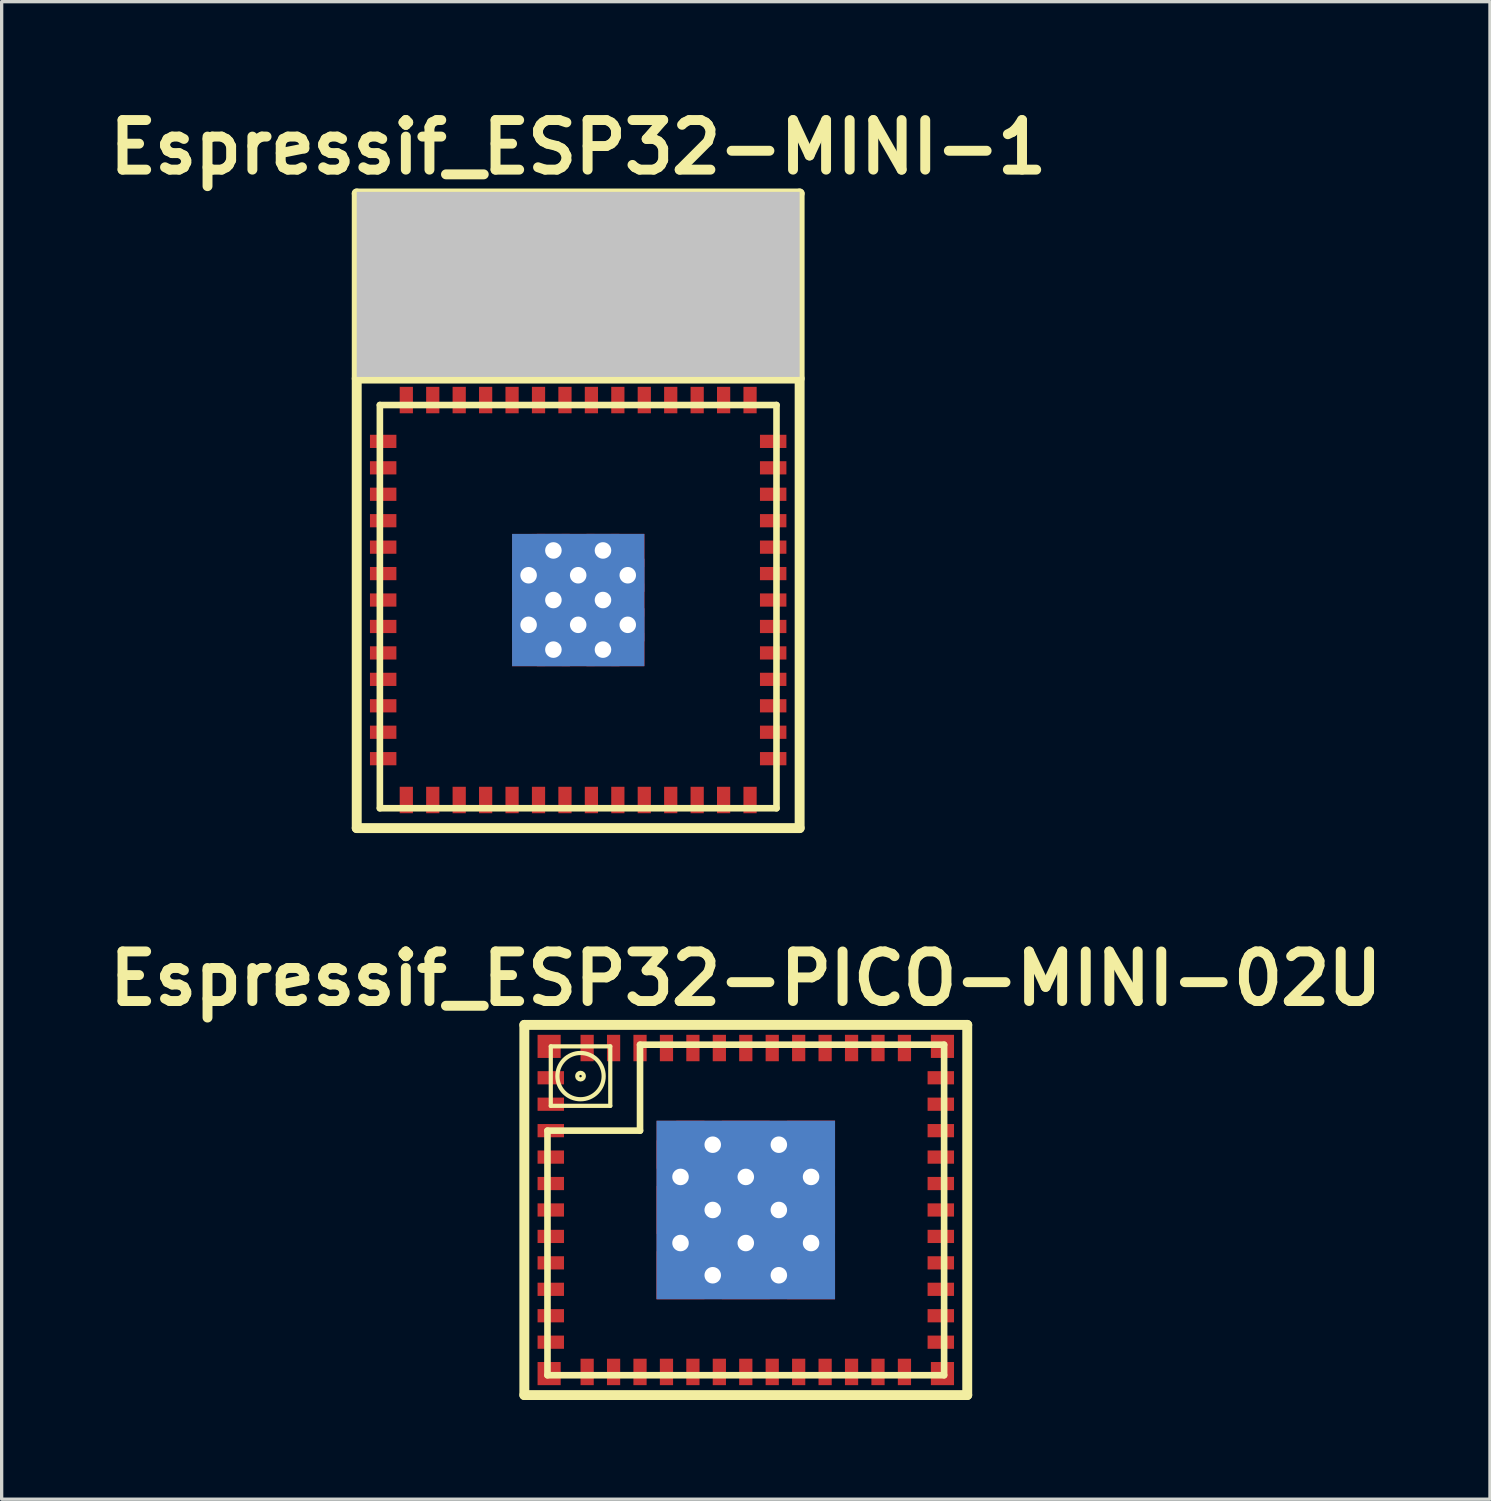
<source format=kicad_pcb>
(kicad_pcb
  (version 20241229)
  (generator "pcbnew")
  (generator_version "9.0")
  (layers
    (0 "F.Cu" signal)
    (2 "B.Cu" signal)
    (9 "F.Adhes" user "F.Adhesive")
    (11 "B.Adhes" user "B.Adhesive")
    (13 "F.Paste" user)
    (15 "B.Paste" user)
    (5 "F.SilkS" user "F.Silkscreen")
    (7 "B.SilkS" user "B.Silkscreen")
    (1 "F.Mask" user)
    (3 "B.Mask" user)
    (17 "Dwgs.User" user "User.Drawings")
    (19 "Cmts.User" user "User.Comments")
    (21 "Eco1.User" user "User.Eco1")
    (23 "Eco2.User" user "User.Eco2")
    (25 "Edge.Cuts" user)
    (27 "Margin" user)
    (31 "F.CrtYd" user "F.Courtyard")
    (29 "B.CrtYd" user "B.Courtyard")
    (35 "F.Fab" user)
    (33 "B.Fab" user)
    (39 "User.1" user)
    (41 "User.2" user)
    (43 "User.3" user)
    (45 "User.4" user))
  (footprint "Espressif_ESP32-MINI-1"
    (layer "F.Cu")
    (at 14.443 12.404)
    (property "Reference" "Espressif_ESP32-MINI-1" (at 0 -11 0) (layer "F.SilkS") (effects (font (size 1.5 1.5) (thickness 0.3))))
    (attr smd)
    (fp_line (start -6.7 -9.6) (end 6.7 -9.6) (stroke (width 0.3) (type solid)) (layer "F.SilkS"))
    (fp_line (start -6.7 -4) (end 6.7 -4) (stroke (width 0.3) (type solid)) (layer "F.SilkS"))
    (fp_line (start -6.7 9.6) (end -6.7 -9.6) (stroke (width 0.3) (type solid)) (layer "F.SilkS"))
    (fp_line (start -6 -8.8) (end -6 -4.1) (stroke (width 0.381) (type solid)) (layer "F.SilkS"))
    (fp_line (start -6 -8.8) (end -2.8 -8.8) (stroke (width 0.381) (type solid)) (layer "F.SilkS"))
    (fp_line (start -6 -3.2) (end -6 9) (stroke (width 0.2) (type solid)) (layer "F.SilkS"))
    (fp_line (start -4.4 -8.8) (end -4.4 -4.1) (stroke (width 0.381) (type solid)) (layer "F.SilkS"))
    (fp_line (start -2.8 -8.8) (end -2.8 -5.8) (stroke (width 0.381) (type solid)) (layer "F.SilkS"))
    (fp_line (start -2.8 -5.8) (end -0.6 -5.8) (stroke (width 0.381) (type solid)) (layer "F.SilkS"))
    (fp_line (start -0.6 -8.8) (end -0.6 -5.8) (stroke (width 0.381) (type solid)) (layer "F.SilkS"))
    (fp_line (start 1.6 -8.8) (end -0.6 -8.8) (stroke (width 0.381) (type solid)) (layer "F.SilkS"))
    (fp_line (start 1.6 -8.8) (end 1.6 -5.8) (stroke (width 0.381) (type solid)) (layer "F.SilkS"))
    (fp_line (start 1.6 -5.8) (end 3.8 -5.8) (stroke (width 0.381) (type solid)) (layer "F.SilkS"))
    (fp_line (start 3.8 -8.8) (end 3.8 -5.8) (stroke (width 0.381) (type solid)) (layer "F.SilkS"))
    (fp_line (start 6 -8.8) (end 3.8 -8.8) (stroke (width 0.381) (type solid)) (layer "F.SilkS"))
    (fp_line (start 6 -8.8) (end 6 -5.1) (stroke (width 0.381) (type solid)) (layer "F.SilkS"))
    (fp_line (start 6 -3.2) (end -6 -3.2) (stroke (width 0.2) (type solid)) (layer "F.SilkS"))
    (fp_line (start 6 -3.2) (end 6 9) (stroke (width 0.2) (type solid)) (layer "F.SilkS"))
    (fp_line (start 6 9) (end -6 9) (stroke (width 0.2) (type solid)) (layer "F.SilkS"))
    (fp_line (start 6.7 9.6) (end -6.7 9.6) (stroke (width 0.3) (type solid)) (layer "F.SilkS"))
    (fp_line (start 6.7 9.6) (end 6.7 -9.6) (stroke (width 0.3) (type solid)) (layer "F.SilkS"))
    (pad "" smd rect (at 0 -6.85) (size 13.4 5.6) (layers "Dwgs.User"))
    (pad "1" smd rect (at -5.9 -2.1) (size 0.8 0.4) (layers "F.Cu" "F.Mask" "F.Paste"))
    (pad "2" smd rect (at -5.9 -1.3) (size 0.8 0.4) (layers "F.Cu" "F.Mask" "F.Paste"))
    (pad "3" smd rect (at -5.9 -0.5) (size 0.8 0.4) (layers "F.Cu" "F.Mask" "F.Paste"))
    (pad "4" smd rect (at -5.9 0.3) (size 0.8 0.4) (layers "F.Cu" "F.Mask" "F.Paste"))
    (pad "5" smd rect (at -5.9 1.1) (size 0.8 0.4) (layers "F.Cu" "F.Mask" "F.Paste"))
    (pad "6" smd rect (at -5.9 1.9) (size 0.8 0.4) (layers "F.Cu" "F.Mask" "F.Paste"))
    (pad "7" smd rect (at -5.9 2.7) (size 0.8 0.4) (layers "F.Cu" "F.Mask" "F.Paste"))
    (pad "8" smd rect (at -5.9 3.5) (size 0.8 0.4) (layers "F.Cu" "F.Mask" "F.Paste"))
    (pad "9" smd rect (at -5.9 4.3) (size 0.8 0.4) (layers "F.Cu" "F.Mask" "F.Paste"))
    (pad "10" smd rect (at -5.9 5.1) (size 0.8 0.4) (layers "F.Cu" "F.Mask" "F.Paste"))
    (pad "11" smd rect (at -5.9 5.9) (size 0.8 0.4) (layers "F.Cu" "F.Mask" "F.Paste"))
    (pad "12" smd rect (at -5.9 6.7) (size 0.8 0.4) (layers "F.Cu" "F.Mask" "F.Paste"))
    (pad "13" smd rect (at -5.9 7.5) (size 0.8 0.4) (layers "F.Cu" "F.Mask" "F.Paste"))
    (pad "14" smd rect (at -5.2 8.75 90) (size 0.8 0.4) (layers "F.Cu" "F.Mask" "F.Paste"))
    (pad "15" smd rect (at -4.4 8.75 90) (size 0.8 0.4) (layers "F.Cu" "F.Mask" "F.Paste"))
    (pad "16" smd rect (at -3.6 8.75 90) (size 0.8 0.4) (layers "F.Cu" "F.Mask" "F.Paste"))
    (pad "17" smd rect (at -2.8 8.75 90) (size 0.8 0.4) (layers "F.Cu" "F.Mask" "F.Paste"))
    (pad "18" smd rect (at -2 8.75 90) (size 0.8 0.4) (layers "F.Cu" "F.Mask" "F.Paste"))
    (pad "19" smd rect (at -1.2 8.75 90) (size 0.8 0.4) (layers "F.Cu" "F.Mask" "F.Paste"))
    (pad "20" smd rect (at -0.4 8.75 90) (size 0.8 0.4) (layers "F.Cu" "F.Mask" "F.Paste"))
    (pad "21" smd rect (at 0.4 8.75 90) (size 0.8 0.4) (layers "F.Cu" "F.Mask" "F.Paste"))
    (pad "22" smd rect (at 1.2 8.75 90) (size 0.8 0.4) (layers "F.Cu" "F.Mask" "F.Paste"))
    (pad "23" smd rect (at 2 8.75 90) (size 0.8 0.4) (layers "F.Cu" "F.Mask" "F.Paste"))
    (pad "24" smd rect (at 2.8 8.75 90) (size 0.8 0.4) (layers "F.Cu" "F.Mask" "F.Paste"))
    (pad "25" smd rect (at 3.6 8.75 90) (size 0.8 0.4) (layers "F.Cu" "F.Mask" "F.Paste"))
    (pad "26" smd rect (at 4.4 8.75 90) (size 0.8 0.4) (layers "F.Cu" "F.Mask" "F.Paste"))
    (pad "27" smd rect (at 5.2 8.75 90) (size 0.8 0.4) (layers "F.Cu" "F.Mask" "F.Paste"))
    (pad "28" smd rect (at 5.9 7.5) (size 0.8 0.4) (layers "F.Cu" "F.Mask" "F.Paste"))
    (pad "29" smd rect (at 5.9 6.7) (size 0.8 0.4) (layers "F.Cu" "F.Mask" "F.Paste"))
    (pad "30" smd rect (at 5.9 5.9) (size 0.8 0.4) (layers "F.Cu" "F.Mask" "F.Paste"))
    (pad "31" smd rect (at 5.9 5.1) (size 0.8 0.4) (layers "F.Cu" "F.Mask" "F.Paste"))
    (pad "32" smd rect (at 5.9 4.3) (size 0.8 0.4) (layers "F.Cu" "F.Mask" "F.Paste"))
    (pad "33" smd rect (at 5.9 3.5) (size 0.8 0.4) (layers "F.Cu" "F.Mask" "F.Paste"))
    (pad "34" smd rect (at 5.9 2.7) (size 0.8 0.4) (layers "F.Cu" "F.Mask" "F.Paste"))
    (pad "35" smd rect (at 5.9 1.9) (size 0.8 0.4) (layers "F.Cu" "F.Mask" "F.Paste"))
    (pad "36" smd rect (at 5.9 1.1) (size 0.8 0.4) (layers "F.Cu" "F.Mask" "F.Paste"))
    (pad "37" smd rect (at 5.9 0.3) (size 0.8 0.4) (layers "F.Cu" "F.Mask" "F.Paste"))
    (pad "38" smd rect (at 5.9 -0.5) (size 0.8 0.4) (layers "F.Cu" "F.Mask" "F.Paste"))
    (pad "39" smd rect (at 5.9 -1.3) (size 0.8 0.4) (layers "F.Cu" "F.Mask" "F.Paste"))
    (pad "40" smd rect (at 5.9 -2.1) (size 0.8 0.4) (layers "F.Cu" "F.Mask" "F.Paste"))
    (pad "41" smd rect (at 5.2 -3.35 90) (size 0.8 0.4) (layers "F.Cu" "F.Mask" "F.Paste"))
    (pad "42" smd rect (at 4.4 -3.35 90) (size 0.8 0.4) (layers "F.Cu" "F.Mask" "F.Paste"))
    (pad "43" smd rect (at 3.6 -3.35 90) (size 0.8 0.4) (layers "F.Cu" "F.Mask" "F.Paste"))
    (pad "44" smd rect (at 2.8 -3.35 90) (size 0.8 0.4) (layers "F.Cu" "F.Mask" "F.Paste"))
    (pad "45" smd rect (at 2 -3.35 90) (size 0.8 0.4) (layers "F.Cu" "F.Mask" "F.Paste"))
    (pad "46" smd rect (at 1.2 -3.35 90) (size 0.8 0.4) (layers "F.Cu" "F.Mask" "F.Paste"))
    (pad "47" smd rect (at 0.4 -3.35 90) (size 0.8 0.4) (layers "F.Cu" "F.Mask" "F.Paste"))
    (pad "48" smd rect (at -0.4 -3.35 90) (size 0.8 0.4) (layers "F.Cu" "F.Mask" "F.Paste"))
    (pad "49" smd rect (at -1.2 -3.35 90) (size 0.8 0.4) (layers "F.Cu" "F.Mask" "F.Paste"))
    (pad "50" smd rect (at -2 -3.35 90) (size 0.8 0.4) (layers "F.Cu" "F.Mask" "F.Paste"))
    (pad "51" smd rect (at -2.8 -3.35 90) (size 0.8 0.4) (layers "F.Cu" "F.Mask" "F.Paste"))
    (pad "52" smd rect (at -3.6 -3.35 90) (size 0.8 0.4) (layers "F.Cu" "F.Mask" "F.Paste"))
    (pad "53" smd rect (at -4.4 -3.35 90) (size 0.8 0.4) (layers "F.Cu" "F.Mask" "F.Paste"))
    (pad "54" smd rect (at -5.2 -3.35 90) (size 0.8 0.4) (layers "F.Cu" "F.Mask" "F.Paste"))
    (pad "55" thru_hole rect (at -1.5 1.95) (size 1 1) (drill 0.5) (layers "*.Cu"))
    (pad "55" smd rect (at -1.5 2.7) (size 1 1) (layers "F.Cu" "F.Mask" "F.Paste"))
    (pad "55" thru_hole rect (at -1.5 3.45) (size 1 1) (drill 0.5) (layers "*.Cu"))
    (pad "55" smd rect (at -1.5 4.2) (size 1 1) (layers "F.Cu" "F.Mask" "F.Paste"))
    (pad "55" smd custom (at -1.4 1.3 90) (size 0.7 0.7) (layers "F.Cu" "F.Mask" "F.Paste") (options (anchor circle)) (primitives (gr_poly (pts (xy 0.6 0) (xy 0.6 0.4) (xy -0.4 0.4) (xy -0.4 -0.6) (xy 0 -0.6)) (width 0) (fill yes))))
    (pad "55" thru_hole rect (at -0.75 1.2) (size 1 1) (drill 0.5) (layers "*.Cu"))
    (pad "55" thru_hole rect (at -0.75 2.7) (size 1 1) (drill 0.5) (layers "*.Cu"))
    (pad "55" thru_hole rect (at -0.75 4.2) (size 1 1) (drill 0.5) (layers "*.Cu"))
    (pad "55" smd rect (at 0 1.2) (size 1 1) (layers "F.Cu" "F.Mask" "F.Paste"))
    (pad "55" thru_hole rect (at 0 1.95) (size 1 1) (drill 0.5) (layers "*.Cu"))
    (pad "55" smd rect (at 0 2.7) (size 1 1) (layers "F.Cu" "F.Mask" "F.Paste"))
    (pad "55" smd rect (at 0 2.7) (size 4 4) (layers "F.Cu"))
    (pad "55" smd rect (at 0 2.7) (size 4 4) (layers "B.Cu"))
    (pad "55" thru_hole rect (at 0 3.45) (size 1 1) (drill 0.5) (layers "*.Cu"))
    (pad "55" smd rect (at 0 4.2) (size 1 1) (layers "F.Cu" "F.Mask" "F.Paste"))
    (pad "55" thru_hole rect (at 0.75 1.2) (size 1 1) (drill 0.5) (layers "*.Cu"))
    (pad "55" thru_hole rect (at 0.75 2.7) (size 1 1) (drill 0.5) (layers "*.Cu"))
    (pad "55" thru_hole rect (at 0.75 4.2) (size 1 1) (drill 0.5) (layers "*.Cu"))
    (pad "55" smd rect (at 1.5 1.2) (size 1 1) (layers "F.Cu" "F.Mask" "F.Paste"))
    (pad "55" thru_hole rect (at 1.5 1.95) (size 1 1) (drill 0.5) (layers "*.Cu"))
    (pad "55" smd rect (at 1.5 2.7) (size 1 1) (layers "F.Cu" "F.Mask" "F.Paste"))
    (pad "55" thru_hole rect (at 1.5 3.45) (size 1 1) (drill 0.5) (layers "*.Cu"))
    (pad "55" smd rect (at 1.5 4.2) (size 1 1) (layers "F.Cu" "F.Mask" "F.Paste")))
  (footprint "Espressif_ESP32-PICO-MINI-02U"
    (layer "F.Cu")
    (at 19.514 33.558)
    (property "Reference" "Espressif_ESP32-PICO-MINI-02U" (at 0 -7 0) (layer "F.SilkS") (effects (font (size 1.5 1.5) (thickness 0.3))))
    (attr smd)
    (fp_line (start -6.7 -5.6) (end 6.7 -5.6) (stroke (width 0.3) (type solid)) (layer "F.SilkS"))
    (fp_line (start -6.7 5.6) (end -6.7 -5.6) (stroke (width 0.3) (type solid)) (layer "F.SilkS"))
    (fp_line (start -6 -2.4) (end -6 5) (stroke (width 0.2) (type solid)) (layer "F.SilkS"))
    (fp_line (start -5.9 -4.95) (end -4.1 -4.95) (stroke (width 0.127) (type solid)) (layer "F.SilkS"))
    (fp_line (start -5.9 -3.15) (end -5.9 -4.95) (stroke (width 0.127) (type solid)) (layer "F.SilkS"))
    (fp_line (start -4.1 -4.95) (end -4.1 -3.15) (stroke (width 0.127) (type solid)) (layer "F.SilkS"))
    (fp_line (start -4.1 -3.15) (end -5.9 -3.15) (stroke (width 0.127) (type solid)) (layer "F.SilkS"))
    (fp_line (start -3.2 -5) (end -3.2 -2.4) (stroke (width 0.2) (type solid)) (layer "F.SilkS"))
    (fp_line (start -3.2 -2.4) (end -6 -2.4) (stroke (width 0.2) (type solid)) (layer "F.SilkS"))
    (fp_line (start 6 -5) (end -3.2 -5) (stroke (width 0.2) (type solid)) (layer "F.SilkS"))
    (fp_line (start 6 -5) (end 6 5) (stroke (width 0.2) (type solid)) (layer "F.SilkS"))
    (fp_line (start 6 5) (end -6 5) (stroke (width 0.2) (type solid)) (layer "F.SilkS"))
    (fp_line (start 6.7 5.6) (end -6.7 5.6) (stroke (width 0.3) (type solid)) (layer "F.SilkS"))
    (fp_line (start 6.7 5.6) (end 6.7 -5.6) (stroke (width 0.3) (type solid)) (layer "F.SilkS"))
    (fp_circle (center -5 -4.05) (end -5.1 -4.05) (stroke (width 0.127) (type solid)) (fill no) (layer "F.SilkS"))
    (fp_circle (center -5 -4.05) (end -4.3 -4.05) (stroke (width 0.127) (type solid)) (fill no) (layer "F.SilkS"))
    (pad "1" smd rect (at -5.9 -4) (size 0.8 0.4) (layers "F.Cu" "F.Mask" "F.Paste"))
    (pad "2" smd rect (at -5.9 -3.2) (size 0.8 0.4) (layers "F.Cu" "F.Mask" "F.Paste"))
    (pad "3" smd rect (at -5.9 -2.4) (size 0.8 0.4) (layers "F.Cu" "F.Mask" "F.Paste"))
    (pad "4" smd rect (at -5.9 -1.6) (size 0.8 0.4) (layers "F.Cu" "F.Mask" "F.Paste"))
    (pad "5" smd rect (at -5.9 -0.8) (size 0.8 0.4) (layers "F.Cu" "F.Mask" "F.Paste"))
    (pad "6" smd rect (at -5.9 0) (size 0.8 0.4) (layers "F.Cu" "F.Mask" "F.Paste"))
    (pad "7" smd rect (at -5.9 0.8) (size 0.8 0.4) (layers "F.Cu" "F.Mask" "F.Paste"))
    (pad "8" smd rect (at -5.9 1.6) (size 0.8 0.4) (layers "F.Cu" "F.Mask" "F.Paste"))
    (pad "9" smd rect (at -5.9 2.4) (size 0.8 0.4) (layers "F.Cu" "F.Mask" "F.Paste"))
    (pad "10" smd rect (at -5.9 3.2) (size 0.8 0.4) (layers "F.Cu" "F.Mask" "F.Paste"))
    (pad "11" smd rect (at -5.9 4) (size 0.8 0.4) (layers "F.Cu" "F.Mask" "F.Paste"))
    (pad "12" smd rect (at -4.8 4.9 90) (size 0.8 0.4) (layers "F.Cu" "F.Mask" "F.Paste"))
    (pad "13" smd rect (at -4 4.9 90) (size 0.8 0.4) (layers "F.Cu" "F.Mask" "F.Paste"))
    (pad "14" smd rect (at -3.2 4.9 90) (size 0.8 0.4) (layers "F.Cu" "F.Mask" "F.Paste"))
    (pad "15" smd rect (at -2.4 4.9 90) (size 0.8 0.4) (layers "F.Cu" "F.Mask" "F.Paste"))
    (pad "16" smd rect (at -1.6 4.9 90) (size 0.8 0.4) (layers "F.Cu" "F.Mask" "F.Paste"))
    (pad "17" smd rect (at -0.8 4.9 90) (size 0.8 0.4) (layers "F.Cu" "F.Mask" "F.Paste"))
    (pad "18" smd rect (at 0 4.9 90) (size 0.8 0.4) (layers "F.Cu" "F.Mask" "F.Paste"))
    (pad "19" smd rect (at 0.8 4.9 90) (size 0.8 0.4) (layers "F.Cu" "F.Mask" "F.Paste"))
    (pad "20" smd rect (at 1.6 4.9 90) (size 0.8 0.4) (layers "F.Cu" "F.Mask" "F.Paste"))
    (pad "21" smd rect (at 2.4 4.9 90) (size 0.8 0.4) (layers "F.Cu" "F.Mask" "F.Paste"))
    (pad "22" smd rect (at 3.2 4.9 90) (size 0.8 0.4) (layers "F.Cu" "F.Mask" "F.Paste"))
    (pad "23" smd rect (at 4 4.9 90) (size 0.8 0.4) (layers "F.Cu" "F.Mask" "F.Paste"))
    (pad "24" smd rect (at 4.8 4.9 90) (size 0.8 0.4) (layers "F.Cu" "F.Mask" "F.Paste"))
    (pad "25" smd rect (at 5.9 4) (size 0.8 0.4) (layers "F.Cu" "F.Mask" "F.Paste"))
    (pad "26" smd rect (at 5.9 3.2) (size 0.8 0.4) (layers "F.Cu" "F.Mask" "F.Paste"))
    (pad "27" smd rect (at 5.9 2.4) (size 0.8 0.4) (layers "F.Cu" "F.Mask" "F.Paste"))
    (pad "28" smd rect (at 5.9 1.6) (size 0.8 0.4) (layers "F.Cu" "F.Mask" "F.Paste"))
    (pad "29" smd rect (at 5.9 0.8) (size 0.8 0.4) (layers "F.Cu" "F.Mask" "F.Paste"))
    (pad "30" smd rect (at 5.9 0) (size 0.8 0.4) (layers "F.Cu" "F.Mask" "F.Paste"))
    (pad "31" smd rect (at 5.9 -0.8) (size 0.8 0.4) (layers "F.Cu" "F.Mask" "F.Paste"))
    (pad "32" smd rect (at 5.9 -1.6) (size 0.8 0.4) (layers "F.Cu" "F.Mask" "F.Paste"))
    (pad "33" smd rect (at 5.9 -2.4) (size 0.8 0.4) (layers "F.Cu" "F.Mask" "F.Paste"))
    (pad "34" smd rect (at 5.9 -3.2) (size 0.8 0.4) (layers "F.Cu" "F.Mask" "F.Paste"))
    (pad "35" smd rect (at 5.9 -4) (size 0.8 0.4) (layers "F.Cu" "F.Mask" "F.Paste"))
    (pad "36" smd rect (at 4.8 -4.9 90) (size 0.8 0.4) (layers "F.Cu" "F.Mask" "F.Paste"))
    (pad "37" smd rect (at 4 -4.9 90) (size 0.8 0.4) (layers "F.Cu" "F.Mask" "F.Paste"))
    (pad "38" smd rect (at 3.2 -4.9 90) (size 0.8 0.4) (layers "F.Cu" "F.Mask" "F.Paste"))
    (pad "39" smd rect (at 2.4 -4.9 90) (size 0.8 0.4) (layers "F.Cu" "F.Mask" "F.Paste"))
    (pad "40" smd rect (at 1.6 -4.9 90) (size 0.8 0.4) (layers "F.Cu" "F.Mask" "F.Paste"))
    (pad "41" smd rect (at 0.8 -4.9 90) (size 0.8 0.4) (layers "F.Cu" "F.Mask" "F.Paste"))
    (pad "42" smd rect (at 0 -4.9 90) (size 0.8 0.4) (layers "F.Cu" "F.Mask" "F.Paste"))
    (pad "43" smd rect (at -0.8 -4.9 90) (size 0.8 0.4) (layers "F.Cu" "F.Mask" "F.Paste"))
    (pad "44" smd rect (at -1.6 -4.9 90) (size 0.8 0.4) (layers "F.Cu" "F.Mask" "F.Paste"))
    (pad "45" smd rect (at -2.4 -4.9 90) (size 0.8 0.4) (layers "F.Cu" "F.Mask" "F.Paste"))
    (pad "46" smd rect (at -3.2 -4.9 90) (size 0.8 0.4) (layers "F.Cu" "F.Mask" "F.Paste"))
    (pad "47" smd rect (at -4 -4.9 90) (size 0.8 0.4) (layers "F.Cu" "F.Mask" "F.Paste"))
    (pad "48" smd rect (at -4.8 -4.9 90) (size 0.8 0.4) (layers "F.Cu" "F.Mask" "F.Paste"))
    (pad "49" smd custom (at -1.975 -1.975) (size 1 1) (layers "F.Cu" "F.Mask" "F.Paste") (options (anchor circle)) (primitives (gr_poly (pts (xy 0.725 0.725) (xy -0.725 0.725) (xy -0.725 -0.125) (xy -0.125 -0.725) (xy 0.725 -0.725)) (width 0.0001) (fill yes))))
    (pad "49" thru_hole rect (at -1.975 -1) (size 1 1) (drill 0.5) (layers "*.Cu"))
    (pad "49" smd rect (at -1.975 0) (size 1.45 1.45) (layers "F.Cu" "F.Mask" "F.Paste"))
    (pad "49" thru_hole rect (at -1.975 1) (size 1 1) (drill 0.5) (layers "*.Cu"))
    (pad "49" smd rect (at -1.975 1.975) (size 1.45 1.45) (layers "F.Cu" "F.Mask" "F.Paste"))
    (pad "49" thru_hole rect (at -1 -1.975) (size 1 1) (drill 0.5) (layers "*.Cu"))
    (pad "49" thru_hole rect (at -1 0) (size 1 1) (drill 0.5) (layers "*.Cu"))
    (pad "49" thru_hole rect (at -1 1.975) (size 1 1) (drill 0.5) (layers "*.Cu"))
    (pad "49" smd rect (at 0 -1.975) (size 1.45 1.45) (layers "F.Cu" "F.Mask" "F.Paste"))
    (pad "49" thru_hole rect (at 0 -1) (size 1 1) (drill 0.5) (layers "*.Cu"))
    (pad "49" smd rect (at 0 0) (size 1.45 1.45) (layers "F.Cu" "F.Mask" "F.Paste"))
    (pad "49" smd rect (at 0 0) (size 5.4 5.4) (layers "F.Cu"))
    (pad "49" smd rect (at 0 0) (size 5.4 5.4) (layers "B.Cu"))
    (pad "49" thru_hole rect (at 0 1) (size 1 1) (drill 0.5) (layers "*.Cu"))
    (pad "49" smd rect (at 0 1.975) (size 1.45 1.45) (layers "F.Cu" "F.Mask" "F.Paste"))
    (pad "49" thru_hole rect (at 1 -1.975) (size 1 1) (drill 0.5) (layers "*.Cu"))
    (pad "49" thru_hole rect (at 1 0) (size 1 1) (drill 0.5) (layers "*.Cu"))
    (pad "49" thru_hole rect (at 1 1.975) (size 1 1) (drill 0.5) (layers "*.Cu"))
    (pad "49" smd rect (at 1.975 -1.975) (size 1.45 1.45) (layers "F.Cu" "F.Mask" "F.Paste"))
    (pad "49" thru_hole rect (at 1.975 -1) (size 1 1) (drill 0.5) (layers "*.Cu"))
    (pad "49" smd rect (at 1.975 0) (size 1.45 1.45) (layers "F.Cu" "F.Mask" "F.Paste"))
    (pad "49" thru_hole rect (at 1.975 1) (size 1 1) (drill 0.5) (layers "*.Cu"))
    (pad "49" smd rect (at 1.975 1.975) (size 1.45 1.45) (layers "F.Cu" "F.Mask" "F.Paste"))
    (pad "50" smd rect (at -5.95 -4.95) (size 0.7 0.7) (layers "F.Cu" "F.Mask" "F.Paste"))
    (pad "51" smd rect (at -5.95 4.95) (size 0.7 0.7) (layers "F.Cu" "F.Mask" "F.Paste"))
    (pad "52" smd rect (at 5.95 4.95) (size 0.7 0.7) (layers "F.Cu" "F.Mask" "F.Paste"))
    (pad "53" smd rect (at 5.95 -4.95) (size 0.7 0.7) (layers "F.Cu" "F.Mask" "F.Paste")))
  (gr_rect
    (start -3 -3)
    (end 42.029 42.308)
    (stroke (width 0.1) (type default))
    (fill no)
    (layer "Edge.Cuts")))
</source>
